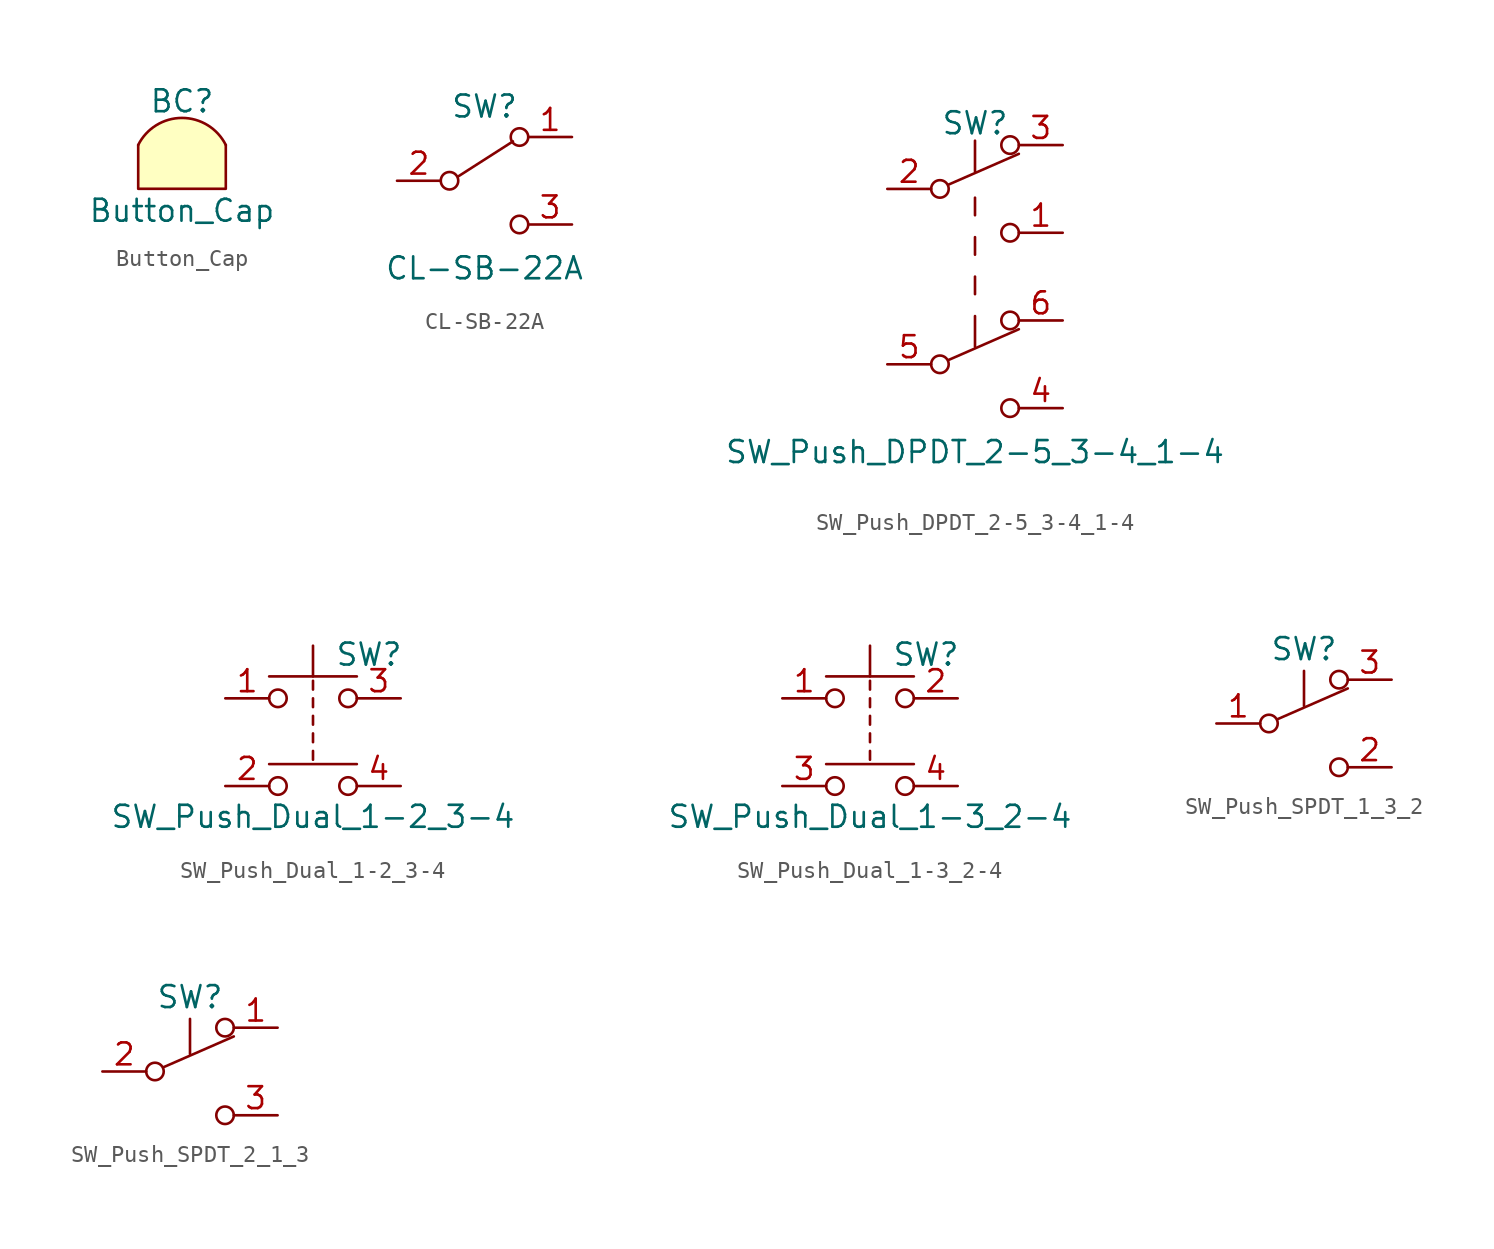
<source format=kicad_sym>
(kicad_symbol_lib
  (version 20211014)
  (generator kicad_symbol_editor)
  (symbol "Button_Cap"
    (pin_names
      (offset 1.016))
    (property "Reference" "BC"
      (at 0 2.54 0)
      (effects (font (size 1.27 1.27))))
    (property "Value" "Button_Cap"
      (at 0 -3.81 0)
      (effects (font (size 1.27 1.27))))
    (symbol "Button_Cap_0_1"
      (polyline (pts (xy -2.54 0) (xy -2.54 -2.54) (xy 2.54 -2.54) (xy 2.54 0)) (stroke (width 0) (type default) (color 0 0 0 0)) (fill (type background)))
      (arc (start 2.54 0) (mid 0 1.5698) (end -2.54 0) (stroke (width 0) (type default) (color 0 0 0 0)) (fill (type background)))))
  (symbol "CL-SB-22A"
    (pin_names
      (offset 0) hide)
    (property "Reference" "SW"
      (at 0 4.318 0)
      (effects (font (size 1.27 1.27))))
    (property "Value" "CL-SB-22A"
      (at 0 -5.08 0)
      (effects (font (size 1.27 1.27))))
    (symbol "CL-SB-22A_0_0"
      (circle (center -2.032 0) (radius 0.508) (stroke (width 0) (type default) (color 0 0 0 0)) (fill (type none)))
      (circle (center 2.032 -2.54) (radius 0.508) (stroke (width 0) (type default) (color 0 0 0 0)) (fill (type none)))
      (pin passive line (at 5.08 2.54 180) (length 2.54) hide (name "1" (effects (font (size 1.27 1.27)))) (number "4" (effects (font (size 1.27 1.27)))))
      (pin passive line (at -5.08 0 0) (length 2.54) hide (name "C" (effects (font (size 1.27 1.27)))) (number "5" (effects (font (size 1.27 1.27)))))
      (pin passive line (at 5.08 -2.54 180) (length 2.54) hide (name "2" (effects (font (size 1.27 1.27)))) (number "6" (effects (font (size 1.27 1.27))))))
    (symbol "CL-SB-22A_0_1"
      (polyline (pts (xy -1.524 0.254) (xy 1.651 2.286)) (stroke (width 0) (type default) (color 0 0 0 0)) (fill (type none)))
      (circle (center 2.032 2.54) (radius 0.508) (stroke (width 0) (type default) (color 0 0 0 0)) (fill (type none))))
    (symbol "CL-SB-22A_1_1"
      (pin passive line (at 5.08 2.54 180) (length 2.54) (name "1" (effects (font (size 1.27 1.27)))) (number "1" (effects (font (size 1.27 1.27)))))
      (pin passive line (at -5.08 0 0) (length 2.54) (name "C" (effects (font (size 1.27 1.27)))) (number "2" (effects (font (size 1.27 1.27)))))
      (pin passive line (at 5.08 -2.54 180) (length 2.54) (name "2" (effects (font (size 1.27 1.27)))) (number "3" (effects (font (size 1.27 1.27)))))))
  (symbol "SW_Push_DPDT_2-5_3-4_1-4"
    (pin_names
      (offset 0) hide)
    (property "Reference" "SW"
      (at 0 8.89 0)
      (effects (font (size 1.27 1.27))))
    (property "Value" "SW_Push_DPDT_2-5_3-4_1-4"
      (at 0 -10.16 0)
      (effects (font (size 1.27 1.27))))
    (symbol "SW_Push_DPDT_2-5_3-4_1-4_0_0"
      (circle (center -2.032 -5.08) (radius 0.508) (stroke (width 0) (type default) (color 0 0 0 0)) (fill (type none)))
      (circle (center -2.032 5.08) (radius 0.508) (stroke (width 0) (type default) (color 0 0 0 0)) (fill (type none)))
      (circle (center 2.032 -7.62) (radius 0.508) (stroke (width 0) (type default) (color 0 0 0 0)) (fill (type none)))
      (circle (center 2.032 2.54) (radius 0.508) (stroke (width 0) (type default) (color 0 0 0 0)) (fill (type none))))
    (symbol "SW_Push_DPDT_2-5_3-4_1-4_0_1"
      (polyline (pts (xy -1.524 -4.826) (xy 2.54 -3.048)) (stroke (width 0) (type default) (color 0 0 0 0)) (fill (type none)))
      (polyline (pts (xy -1.524 5.334) (xy 2.54 7.112)) (stroke (width 0) (type default) (color 0 0 0 0)) (fill (type none)))
      (polyline (pts (xy 0 -2.286) (xy 0 -4.064)) (stroke (width 0) (type default) (color 0 0 0 0)) (fill (type none)))
      (polyline (pts (xy 0 -1.016) (xy 0 0)) (stroke (width 0) (type default) (color 0 0 0 0)) (fill (type none)))
      (polyline (pts (xy 0 1.27) (xy 0 2.286)) (stroke (width 0) (type default) (color 0 0 0 0)) (fill (type none)))
      (polyline (pts (xy 0 3.556) (xy 0 4.572)) (stroke (width 0) (type default) (color 0 0 0 0)) (fill (type none)))
      (polyline (pts (xy 0 7.874) (xy 0 6.096)) (stroke (width 0) (type default) (color 0 0 0 0)) (fill (type none)))
      (circle (center 2.032 -2.54) (radius 0.508) (stroke (width 0) (type default) (color 0 0 0 0)) (fill (type none)))
      (circle (center 2.032 7.62) (radius 0.508) (stroke (width 0) (type default) (color 0 0 0 0)) (fill (type none))))
    (symbol "SW_Push_DPDT_2-5_3-4_1-4_1_1"
      (pin passive line (at 5.08 2.54 180) (length 2.54) (name "NO" (effects (font (size 1.27 1.27)))) (number "1" (effects (font (size 1.27 1.27)))))
      (pin passive line (at -5.08 5.08 0) (length 2.54) (name "C" (effects (font (size 1.27 1.27)))) (number "2" (effects (font (size 1.27 1.27)))))
      (pin passive line (at 5.08 7.62 180) (length 2.54) (name "NC" (effects (font (size 1.27 1.27)))) (number "3" (effects (font (size 1.27 1.27)))))
      (pin passive line (at 5.08 -7.62 180) (length 2.54) (name "NO" (effects (font (size 1.27 1.27)))) (number "4" (effects (font (size 1.27 1.27)))))
      (pin passive line (at -5.08 -5.08 0) (length 2.54) (name "C" (effects (font (size 1.27 1.27)))) (number "5" (effects (font (size 1.27 1.27)))))
      (pin passive line (at 5.08 -2.54 180) (length 2.54) (name "NC" (effects (font (size 1.27 1.27)))) (number "6" (effects (font (size 1.27 1.27)))))))
  (symbol "SW_Push_Dual_1-2_3-4"
    (pin_names
      (offset 1.016) hide)
    (property "Reference" "SW"
      (at 1.27 2.54 0)
      (effects (font (size 1.27 1.27)) (justify left)))
    (property "Value" "SW_Push_Dual_1-2_3-4"
      (at 0 -6.858 0)
      (effects (font (size 1.27 1.27))))
    (symbol "SW_Push_Dual_1-2_3-4_0_1"
      (circle (center -2.032 -5.08) (radius 0.508) (stroke (width 0) (type default) (color 0 0 0 0)) (fill (type none)))
      (circle (center -2.032 0) (radius 0.508) (stroke (width 0) (type default) (color 0 0 0 0)) (fill (type none)))
      (polyline (pts (xy 0 -3.048) (xy 0 -3.556)) (stroke (width 0) (type default) (color 0 0 0 0)) (fill (type none)))
      (polyline (pts (xy 0 -2.032) (xy 0 -2.54)) (stroke (width 0) (type default) (color 0 0 0 0)) (fill (type none)))
      (polyline (pts (xy 0 -1.524) (xy 0 -1.016)) (stroke (width 0) (type default) (color 0 0 0 0)) (fill (type none)))
      (polyline (pts (xy 0 -0.508) (xy 0 0)) (stroke (width 0) (type default) (color 0 0 0 0)) (fill (type none)))
      (polyline (pts (xy 0 0.508) (xy 0 1.016)) (stroke (width 0) (type default) (color 0 0 0 0)) (fill (type none)))
      (polyline (pts (xy 0 1.27) (xy 0 3.048)) (stroke (width 0) (type default) (color 0 0 0 0)) (fill (type none)))
      (polyline (pts (xy 2.54 -3.81) (xy -2.54 -3.81)) (stroke (width 0) (type default) (color 0 0 0 0)) (fill (type none)))
      (polyline (pts (xy 2.54 1.27) (xy -2.54 1.27)) (stroke (width 0) (type default) (color 0 0 0 0)) (fill (type none)))
      (circle (center 2.032 -5.08) (radius 0.508) (stroke (width 0) (type default) (color 0 0 0 0)) (fill (type none)))
      (circle (center 2.032 0) (radius 0.508) (stroke (width 0) (type default) (color 0 0 0 0)) (fill (type none)))
      (pin passive line (at -5.08 0 0) (length 2.54) (name "1" (effects (font (size 1.27 1.27)))) (number "1" (effects (font (size 1.27 1.27)))))
      (pin passive line (at -5.08 -5.08 0) (length 2.54) (name "2" (effects (font (size 1.27 1.27)))) (number "2" (effects (font (size 1.27 1.27)))))
      (pin passive line (at 5.08 0 180) (length 2.54) (name "3" (effects (font (size 1.27 1.27)))) (number "3" (effects (font (size 1.27 1.27)))))
      (pin passive line (at 5.08 -5.08 180) (length 2.54) (name "4" (effects (font (size 1.27 1.27)))) (number "4" (effects (font (size 1.27 1.27)))))))
  (symbol "SW_Push_Dual_1-3_2-4"
    (pin_names
      (offset 1.016) hide)
    (property "Reference" "SW"
      (at 1.27 2.54 0)
      (effects (font (size 1.27 1.27)) (justify left)))
    (property "Value" "SW_Push_Dual_1-3_2-4"
      (at 0 -6.858 0)
      (effects (font (size 1.27 1.27))))
    (symbol "SW_Push_Dual_1-3_2-4_0_1"
      (circle (center -2.032 -5.08) (radius 0.508) (stroke (width 0) (type default) (color 0 0 0 0)) (fill (type none)))
      (circle (center -2.032 0) (radius 0.508) (stroke (width 0) (type default) (color 0 0 0 0)) (fill (type none)))
      (polyline (pts (xy 0 -3.048) (xy 0 -3.556)) (stroke (width 0) (type default) (color 0 0 0 0)) (fill (type none)))
      (polyline (pts (xy 0 -2.032) (xy 0 -2.54)) (stroke (width 0) (type default) (color 0 0 0 0)) (fill (type none)))
      (polyline (pts (xy 0 -1.524) (xy 0 -1.016)) (stroke (width 0) (type default) (color 0 0 0 0)) (fill (type none)))
      (polyline (pts (xy 0 -0.508) (xy 0 0)) (stroke (width 0) (type default) (color 0 0 0 0)) (fill (type none)))
      (polyline (pts (xy 0 0.508) (xy 0 1.016)) (stroke (width 0) (type default) (color 0 0 0 0)) (fill (type none)))
      (polyline (pts (xy 0 1.27) (xy 0 3.048)) (stroke (width 0) (type default) (color 0 0 0 0)) (fill (type none)))
      (polyline (pts (xy 2.54 -3.81) (xy -2.54 -3.81)) (stroke (width 0) (type default) (color 0 0 0 0)) (fill (type none)))
      (polyline (pts (xy 2.54 1.27) (xy -2.54 1.27)) (stroke (width 0) (type default) (color 0 0 0 0)) (fill (type none)))
      (circle (center 2.032 -5.08) (radius 0.508) (stroke (width 0) (type default) (color 0 0 0 0)) (fill (type none)))
      (circle (center 2.032 0) (radius 0.508) (stroke (width 0) (type default) (color 0 0 0 0)) (fill (type none)))
      (pin passive line (at -5.08 0 0) (length 2.54) (name "1" (effects (font (size 1.27 1.27)))) (number "1" (effects (font (size 1.27 1.27)))))
      (pin passive line (at 5.08 0 180) (length 2.54) (name "2" (effects (font (size 1.27 1.27)))) (number "2" (effects (font (size 1.27 1.27)))))
      (pin passive line (at -5.08 -5.08 0) (length 2.54) (name "3" (effects (font (size 1.27 1.27)))) (number "3" (effects (font (size 1.27 1.27)))))
      (pin passive line (at 5.08 -5.08 180) (length 2.54) (name "4" (effects (font (size 1.27 1.27)))) (number "4" (effects (font (size 1.27 1.27)))))))
  (symbol "SW_Push_SPDT_1_3_2"
    (pin_names
      (offset 0) hide)
    (property "Reference" "SW"
      (at 0 4.318 0)
      (effects (font (size 1.27 1.27))))
    (symbol "SW_Push_SPDT_1_3_2_0_0"
      (circle (center -2.032 0) (radius 0.508) (stroke (width 0) (type default) (color 0 0 0 0)) (fill (type none)))
      (polyline (pts (xy 0 1.016) (xy 0 3.048)) (stroke (width 0) (type default) (color 0 0 0 0)) (fill (type none)))
      (circle (center 2.032 -2.54) (radius 0.508) (stroke (width 0) (type default) (color 0 0 0 0)) (fill (type none))))
    (symbol "SW_Push_SPDT_1_3_2_0_1"
      (polyline (pts (xy -1.524 0.254) (xy 2.54 2.032)) (stroke (width 0) (type default) (color 0 0 0 0)) (fill (type none)))
      (circle (center 2.032 2.54) (radius 0.508) (stroke (width 0) (type default) (color 0 0 0 0)) (fill (type none))))
    (symbol "SW_Push_SPDT_1_3_2_1_1"
      (pin passive line (at -5.08 0 0) (length 2.54) (name "C" (effects (font (size 1.27 1.27)))) (number "1" (effects (font (size 1.27 1.27)))))
      (pin passive line (at 5.08 -2.54 180) (length 2.54) (name "NO" (effects (font (size 1.27 1.27)))) (number "2" (effects (font (size 1.27 1.27)))))
      (pin passive line (at 5.08 2.54 180) (length 2.54) (name "NC" (effects (font (size 1.27 1.27)))) (number "3" (effects (font (size 1.27 1.27)))))))
  (symbol "SW_Push_SPDT_2_1_3"
    (pin_names
      (offset 0) hide)
    (property "Reference" "SW"
      (at 0 4.318 0)
      (effects (font (size 1.27 1.27))))
    (symbol "SW_Push_SPDT_2_1_3_0_0"
      (circle (center -2.032 0) (radius 0.508) (stroke (width 0) (type default) (color 0 0 0 0)) (fill (type none)))
      (polyline (pts (xy 0 1.016) (xy 0 3.048)) (stroke (width 0) (type default) (color 0 0 0 0)) (fill (type none)))
      (circle (center 2.032 -2.54) (radius 0.508) (stroke (width 0) (type default) (color 0 0 0 0)) (fill (type none))))
    (symbol "SW_Push_SPDT_2_1_3_0_1"
      (polyline (pts (xy -1.524 0.254) (xy 2.54 2.032)) (stroke (width 0) (type default) (color 0 0 0 0)) (fill (type none)))
      (circle (center 2.032 2.54) (radius 0.508) (stroke (width 0) (type default) (color 0 0 0 0)) (fill (type none))))
    (symbol "SW_Push_SPDT_2_1_3_1_1"
      (pin passive line (at 5.08 2.54 180) (length 2.54) (name "NC" (effects (font (size 1.27 1.27)))) (number "1" (effects (font (size 1.27 1.27)))))
      (pin passive line (at -5.08 0 0) (length 2.54) (name "C" (effects (font (size 1.27 1.27)))) (number "2" (effects (font (size 1.27 1.27)))))
      (pin passive line (at 5.08 -2.54 180) (length 2.54) (name "NO" (effects (font (size 1.27 1.27)))) (number "3" (effects (font (size 1.27 1.27))))))))
</source>
